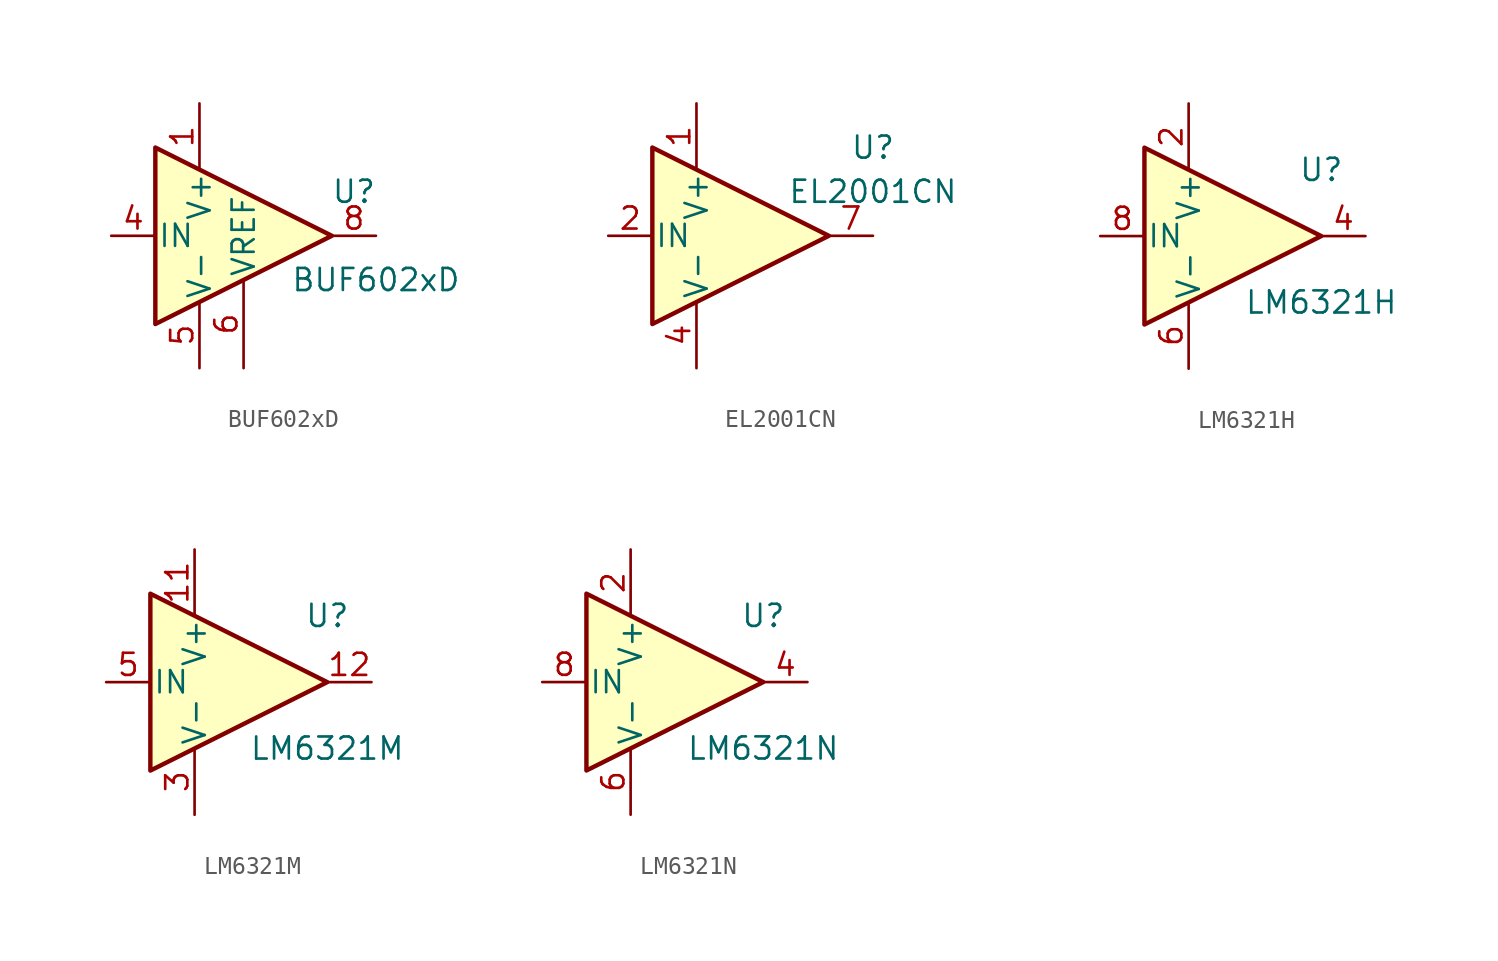
<source format=kicad_sym>
(kicad_symbol_lib
  (version 20200908)
  (generator kicad_symbol_editor)
  (symbol "Amplifier_Buffer:BUF602xD"
    (pin_names
      (offset 0.127))
    (property "Reference" "U"
      (at 6.35 2.54 0)
      (effects (font (size 1.27 1.27))))
    (property "Value" "BUF602xD"
      (at 7.62 -2.54 0)
      (effects (font (size 1.27 1.27))))
    (symbol "BUF602xD_0_1"
      (polyline (pts (xy 5.08 0) (xy -5.08 5.08) (xy -5.08 -5.08) (xy 5.08 0)) (stroke (width 0.254)) (fill (type background))))
    (symbol "BUF602xD_1_1"
      (pin power_in line (at -2.54 7.62 270) (length 3.81) (name "V+" (effects (font (size 1.27 1.27)))) (number "1" (effects (font (size 1.27 1.27)))))
      (pin unconnected line (at -5.08 5.08 0) (length 2.54) hide (name "NC" (effects (font (size 1.27 1.27)))) (number "2" (effects (font (size 1.27 1.27)))))
      (pin unconnected line (at -5.08 2.54 0) (length 2.54) hide (name "NC" (effects (font (size 1.27 1.27)))) (number "3" (effects (font (size 1.27 1.27)))))
      (pin input line (at -7.62 0 0) (length 2.54) (name "IN" (effects (font (size 1.27 1.27)))) (number "4" (effects (font (size 1.27 1.27)))))
      (pin power_in line (at -2.54 -7.62 90) (length 3.81) (name "V-" (effects (font (size 1.27 1.27)))) (number "5" (effects (font (size 1.27 1.27)))))
      (pin output line (at 0 -7.62 90) (length 5.08) (name "VREF" (effects (font (size 1.27 1.27)))) (number "6" (effects (font (size 1.27 1.27)))))
      (pin unconnected line (at -5.08 -2.54 0) (length 2.54) hide (name "NC" (effects (font (size 1.27 1.27)))) (number "7" (effects (font (size 1.27 1.27)))))
      (pin output line (at 7.62 0 180) (length 2.54) (name "~" (effects (font (size 1.27 1.27)))) (number "8" (effects (font (size 1.27 1.27)))))))
  (symbol "Amplifier_Buffer:EL2001CN"
    (pin_names
      (offset 0.127))
    (property "Reference" "U"
      (at 7.62 5.08 0)
      (effects (font (size 1.27 1.27))))
    (property "Value" "EL2001CN"
      (at 7.62 2.54 0)
      (effects (font (size 1.27 1.27))))
    (symbol "EL2001CN_0_1"
      (polyline (pts (xy 5.08 0) (xy -5.08 5.08) (xy -5.08 -5.08) (xy 5.08 0)) (stroke (width 0.254)) (fill (type background))))
    (symbol "EL2001CN_1_1"
      (pin power_in line (at -2.54 7.62 270) (length 3.81) (name "V+" (effects (font (size 1.27 1.27)))) (number "1" (effects (font (size 1.27 1.27)))))
      (pin input line (at -7.62 0 0) (length 2.54) (name "IN" (effects (font (size 1.27 1.27)))) (number "2" (effects (font (size 1.27 1.27)))))
      (pin unconnected line (at -5.08 2.54 0) (length 2.54) hide (name "NC" (effects (font (size 1.27 1.27)))) (number "3" (effects (font (size 1.27 1.27)))))
      (pin power_in line (at -2.54 -7.62 90) (length 3.81) (name "V-" (effects (font (size 1.27 1.27)))) (number "4" (effects (font (size 1.27 1.27)))))
      (pin unconnected line (at -5.08 -2.54 0) (length 2.54) hide (name "NC" (effects (font (size 1.27 1.27)))) (number "5" (effects (font (size 1.27 1.27)))))
      (pin unconnected line (at -5.08 -5.08 0) (length 2.54) hide (name "NC" (effects (font (size 1.27 1.27)))) (number "6" (effects (font (size 1.27 1.27)))))
      (pin output line (at 7.62 0 180) (length 2.54) (name "~" (effects (font (size 1.27 1.27)))) (number "7" (effects (font (size 1.27 1.27)))))
      (pin unconnected line (at -5.08 5.08 0) (length 2.54) hide (name "NC" (effects (font (size 1.27 1.27)))) (number "8" (effects (font (size 1.27 1.27)))))))
  (symbol "Amplifier_Buffer:LM6321H"
    (pin_names
      (offset 0.127))
    (property "Reference" "U"
      (at 5.08 3.81 0)
      (effects (font (size 1.27 1.27))))
    (property "Value" "LM6321H"
      (at 5.08 -3.81 0)
      (effects (font (size 1.27 1.27))))
    (symbol "LM6321H_0_1"
      (polyline (pts (xy 5.08 0) (xy -5.08 5.08) (xy -5.08 -5.08) (xy 5.08 0)) (stroke (width 0.254)) (fill (type background))))
    (symbol "LM6321H_1_1"
      (pin unconnected line (at -2.54 2.54 270) (length 2.54) hide (name "NC" (effects (font (size 1.27 1.27)))) (number "1" (effects (font (size 1.27 1.27)))))
      (pin power_in line (at -2.54 7.62 270) (length 3.81) (name "V+" (effects (font (size 1.27 1.27)))) (number "2" (effects (font (size 1.27 1.27)))))
      (pin unconnected line (at 0 2.54 270) (length 2.54) hide (name "NC" (effects (font (size 1.27 1.27)))) (number "3" (effects (font (size 1.27 1.27)))))
      (pin output line (at 7.62 0 180) (length 2.54) (name "~" (effects (font (size 1.27 1.27)))) (number "4" (effects (font (size 1.27 1.27)))))
      (pin unconnected line (at 0 -2.54 90) (length 2.54) hide (name "NC" (effects (font (size 1.27 1.27)))) (number "5" (effects (font (size 1.27 1.27)))))
      (pin power_in line (at -2.54 -7.62 90) (length 3.81) (name "V-" (effects (font (size 1.27 1.27)))) (number "6" (effects (font (size 1.27 1.27)))))
      (pin unconnected line (at -2.54 -2.54 90) (length 2.54) hide (name "NC" (effects (font (size 1.27 1.27)))) (number "7" (effects (font (size 1.27 1.27)))))
      (pin input line (at -7.62 0 0) (length 2.54) (name "IN" (effects (font (size 1.27 1.27)))) (number "8" (effects (font (size 1.27 1.27)))))))
  (symbol "Amplifier_Buffer:LM6321M"
    (pin_names
      (offset 0.127))
    (property "Reference" "U"
      (at 5.08 3.81 0)
      (effects (font (size 1.27 1.27))))
    (property "Value" "LM6321M"
      (at 5.08 -3.81 0)
      (effects (font (size 1.27 1.27))))
    (symbol "LM6321M_0_1"
      (polyline (pts (xy 5.08 0) (xy -5.08 5.08) (xy -5.08 -5.08) (xy 5.08 0)) (stroke (width 0.254)) (fill (type background))))
    (symbol "LM6321M_1_1"
      (pin passive line (at -2.54 -7.62 90) (length 3.81) hide (name "V-" (effects (font (size 1.27 1.27)))) (number "1" (effects (font (size 1.27 1.27)))))
      (pin unconnected line (at 0 -2.54 90) (length 2.54) hide (name "NC" (effects (font (size 1.27 1.27)))) (number "10" (effects (font (size 1.27 1.27)))))
      (pin power_in line (at -2.54 7.62 270) (length 3.81) (name "V+" (effects (font (size 1.27 1.27)))) (number "11" (effects (font (size 1.27 1.27)))))
      (pin output line (at 7.62 0 180) (length 2.54) (name "~" (effects (font (size 1.27 1.27)))) (number "12" (effects (font (size 1.27 1.27)))))
      (pin passive line (at -2.54 -7.62 90) (length 3.81) hide (name "V-" (effects (font (size 1.27 1.27)))) (number "13" (effects (font (size 1.27 1.27)))))
      (pin passive line (at -2.54 -7.62 90) (length 3.81) hide (name "V-" (effects (font (size 1.27 1.27)))) (number "14" (effects (font (size 1.27 1.27)))))
      (pin passive line (at -2.54 -7.62 90) (length 3.81) hide (name "V-" (effects (font (size 1.27 1.27)))) (number "2" (effects (font (size 1.27 1.27)))))
      (pin power_in line (at -2.54 -7.62 90) (length 3.81) (name "V-" (effects (font (size 1.27 1.27)))) (number "3" (effects (font (size 1.27 1.27)))))
      (pin unconnected line (at 0 2.54 270) (length 2.54) hide (name "NC" (effects (font (size 1.27 1.27)))) (number "4" (effects (font (size 1.27 1.27)))))
      (pin input line (at -7.62 0 0) (length 2.54) (name "IN" (effects (font (size 1.27 1.27)))) (number "5" (effects (font (size 1.27 1.27)))))
      (pin passive line (at -2.54 -7.62 90) (length 3.81) hide (name "V-" (effects (font (size 1.27 1.27)))) (number "6" (effects (font (size 1.27 1.27)))))
      (pin passive line (at -2.54 -7.62 90) (length 3.81) hide (name "V-" (effects (font (size 1.27 1.27)))) (number "7" (effects (font (size 1.27 1.27)))))
      (pin passive line (at -2.54 -7.62 90) (length 3.81) hide (name "V-" (effects (font (size 1.27 1.27)))) (number "8" (effects (font (size 1.27 1.27)))))
      (pin passive line (at -2.54 -7.62 90) (length 3.81) hide (name "V-" (effects (font (size 1.27 1.27)))) (number "9" (effects (font (size 1.27 1.27)))))))
  (symbol "Amplifier_Buffer:LM6321N"
    (pin_names
      (offset 0.127))
    (property "Reference" "U"
      (at 5.08 3.81 0)
      (effects (font (size 1.27 1.27))))
    (property "Value" "LM6321N"
      (at 5.08 -3.81 0)
      (effects (font (size 1.27 1.27))))
    (symbol "LM6321N_0_1"
      (polyline (pts (xy 5.08 0) (xy -5.08 5.08) (xy -5.08 -5.08) (xy 5.08 0)) (stroke (width 0.254)) (fill (type background))))
    (symbol "LM6321N_1_1"
      (pin unconnected line (at -2.54 -2.54 90) (length 2.54) hide (name "NC" (effects (font (size 1.27 1.27)))) (number "1" (effects (font (size 1.27 1.27)))))
      (pin power_in line (at -2.54 7.62 270) (length 3.81) (name "V+" (effects (font (size 1.27 1.27)))) (number "2" (effects (font (size 1.27 1.27)))))
      (pin unconnected line (at 0 -2.54 90) (length 2.54) hide (name "NC" (effects (font (size 1.27 1.27)))) (number "3" (effects (font (size 1.27 1.27)))))
      (pin output line (at 7.62 0 180) (length 2.54) (name "~" (effects (font (size 1.27 1.27)))) (number "4" (effects (font (size 1.27 1.27)))))
      (pin unconnected line (at -2.54 2.54 270) (length 2.54) hide (name "NC" (effects (font (size 1.27 1.27)))) (number "5" (effects (font (size 1.27 1.27)))))
      (pin power_in line (at -2.54 -7.62 90) (length 3.81) (name "V-" (effects (font (size 1.27 1.27)))) (number "6" (effects (font (size 1.27 1.27)))))
      (pin unconnected line (at 0 2.54 270) (length 2.54) hide (name "NC" (effects (font (size 1.27 1.27)))) (number "7" (effects (font (size 1.27 1.27)))))
      (pin input line (at -7.62 0 0) (length 2.54) (name "IN" (effects (font (size 1.27 1.27)))) (number "8" (effects (font (size 1.27 1.27))))))))
</source>
